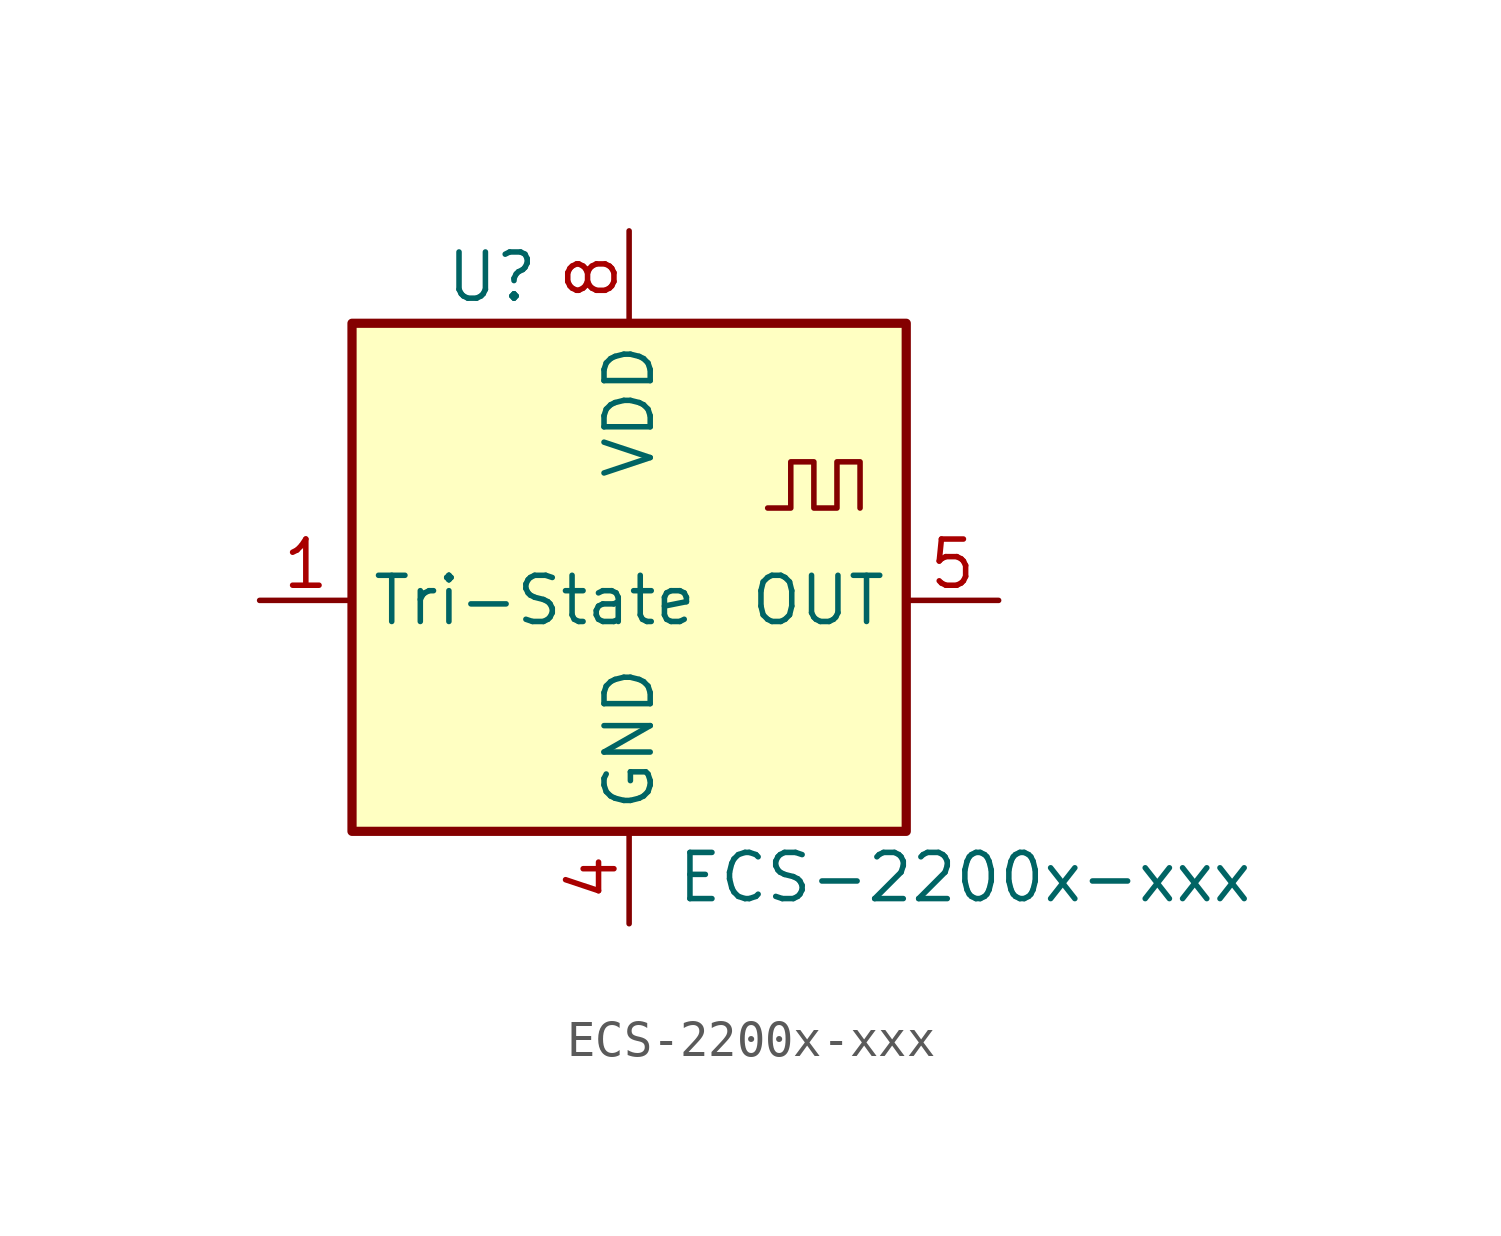
<source format=kicad_sym>
(kicad_symbol_lib
  (version 20220914)
  (generator kicad_symbol_editor)
  (symbol "ECS-2200x-xxx"
    (property "Reference" "U"
      (at -5.08 10.16 0)
      (effects (font (size 1.27 1.27)) (justify left)))
    (property "Value" "ECS-2200x-xxx"
      (at 1.27 -6.35 0)
      (effects (font (size 1.27 1.27)) (justify left)))
    (symbol "ECS-2200x-xxx_0_1"
      (rectangle (start -7.62 8.89) (end 7.62 -5.08) (stroke (width 0.254) (type default)) (fill (type background)))
      (polyline (pts (xy 3.81 3.81) (xy 4.445 3.81) (xy 4.445 5.08) (xy 5.08 5.08) (xy 5.08 3.81) (xy 5.715 3.81) (xy 5.715 5.08) (xy 6.35 5.08) (xy 6.35 3.81)) (stroke (width 0) (type default)) (fill (type none))))
    (symbol "ECS-2200x-xxx_1_1"
      (pin input line (at -10.16 1.27 0) (length 2.54) (name "Tri-State" (effects (font (size 1.27 1.27)))) (number "1" (effects (font (size 1.27 1.27)))))
      (pin power_in line (at 0 -7.62 90) (length 2.54) (name "GND" (effects (font (size 1.27 1.27)))) (number "4" (effects (font (size 1.27 1.27)))))
      (pin output line (at 10.16 1.27 180) (length 2.54) (name "OUT" (effects (font (size 1.27 1.27)))) (number "5" (effects (font (size 1.27 1.27)))))
      (pin power_in line (at 0 11.43 270) (length 2.54) (name "VDD" (effects (font (size 1.27 1.27)))) (number "8" (effects (font (size 1.27 1.27))))))))
</source>
